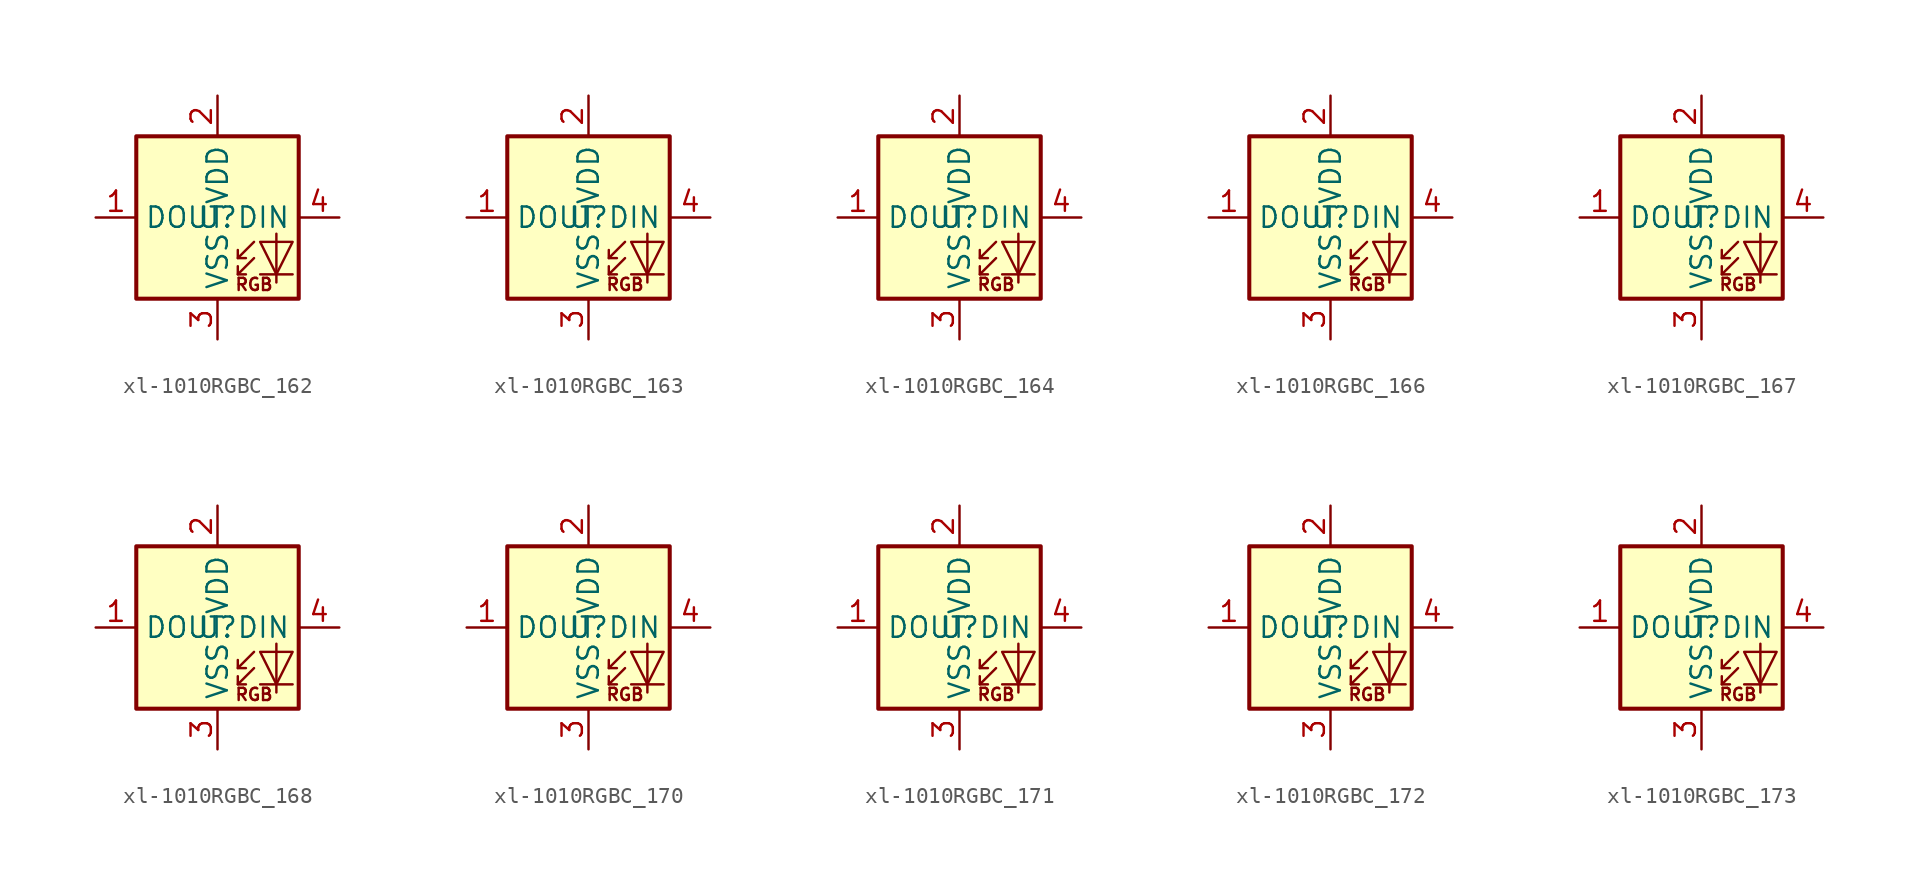
<source format=kicad_sym>
(kicad_symbol_lib
  (version 20231120)
  (generator "kicad_symbol_editor")
  (generator_version "8.0")
  (symbol "xl-1010RGBC_162"
    (property "Reference" "U"
      (at 0 0 0)
      (effects (font (size 1.27 1.27))))
    (property "Value" ""
      (at 0 0 0)
      (effects (font (size 1.27 1.27))))
    (symbol "xl-1010RGBC_162_0_0"
      (text "RGB" (at 2.286 -4.191 0) (effects (font (size 0.762 0.762)))))
    (symbol "xl-1010RGBC_162_0_1"
      (polyline (pts (xy 1.27 -3.556) (xy 1.778 -3.556)) (stroke (width 0) (type default)) (fill (type none)))
      (polyline (pts (xy 1.27 -2.54) (xy 1.778 -2.54)) (stroke (width 0) (type default)) (fill (type none)))
      (polyline (pts (xy 4.699 -3.556) (xy 2.667 -3.556)) (stroke (width 0) (type default)) (fill (type none)))
      (polyline (pts (xy 2.286 -2.54) (xy 1.27 -3.556) (xy 1.27 -3.048)) (stroke (width 0) (type default)) (fill (type none)))
      (polyline (pts (xy 2.286 -1.524) (xy 1.27 -2.54) (xy 1.27 -2.032)) (stroke (width 0) (type default)) (fill (type none)))
      (polyline (pts (xy 3.683 -1.016) (xy 3.683 -3.556) (xy 3.683 -4.064)) (stroke (width 0) (type default)) (fill (type none)))
      (polyline (pts (xy 4.699 -1.524) (xy 2.667 -1.524) (xy 3.683 -3.556) (xy 4.699 -1.524)) (stroke (width 0) (type default)) (fill (type none)))
      (rectangle (start 5.08 5.08) (end -5.08 -5.08) (stroke (width 0.254) (type default)) (fill (type background))))
    (symbol "xl-1010RGBC_162_1_1"
      (pin output line (at -7.62 0 0) (length 2.54) (name "DOUT" (effects (font (size 1.27 1.27)))) (number "1" (effects (font (size 1.27 1.27)))))
      (pin power_in line (at 0 7.62 270) (length 2.54) (name "VDD" (effects (font (size 1.27 1.27)))) (number "2" (effects (font (size 1.27 1.27)))))
      (pin power_in line (at 0 -7.62 90) (length 2.54) (name "VSS" (effects (font (size 1.27 1.27)))) (number "3" (effects (font (size 1.27 1.27)))))
      (pin input line (at 7.62 0 180) (length 2.54) (name "DIN" (effects (font (size 1.27 1.27)))) (number "4" (effects (font (size 1.27 1.27)))))))
  (symbol "xl-1010RGBC_163"
    (property "Reference" "U"
      (at 0 0 0)
      (effects (font (size 1.27 1.27))))
    (property "Value" ""
      (at 0 0 0)
      (effects (font (size 1.27 1.27))))
    (symbol "xl-1010RGBC_163_0_0"
      (text "RGB" (at 2.286 -4.191 0) (effects (font (size 0.762 0.762)))))
    (symbol "xl-1010RGBC_163_0_1"
      (polyline (pts (xy 1.27 -3.556) (xy 1.778 -3.556)) (stroke (width 0) (type default)) (fill (type none)))
      (polyline (pts (xy 1.27 -2.54) (xy 1.778 -2.54)) (stroke (width 0) (type default)) (fill (type none)))
      (polyline (pts (xy 4.699 -3.556) (xy 2.667 -3.556)) (stroke (width 0) (type default)) (fill (type none)))
      (polyline (pts (xy 2.286 -2.54) (xy 1.27 -3.556) (xy 1.27 -3.048)) (stroke (width 0) (type default)) (fill (type none)))
      (polyline (pts (xy 2.286 -1.524) (xy 1.27 -2.54) (xy 1.27 -2.032)) (stroke (width 0) (type default)) (fill (type none)))
      (polyline (pts (xy 3.683 -1.016) (xy 3.683 -3.556) (xy 3.683 -4.064)) (stroke (width 0) (type default)) (fill (type none)))
      (polyline (pts (xy 4.699 -1.524) (xy 2.667 -1.524) (xy 3.683 -3.556) (xy 4.699 -1.524)) (stroke (width 0) (type default)) (fill (type none)))
      (rectangle (start 5.08 5.08) (end -5.08 -5.08) (stroke (width 0.254) (type default)) (fill (type background))))
    (symbol "xl-1010RGBC_163_1_1"
      (pin output line (at -7.62 0 0) (length 2.54) (name "DOUT" (effects (font (size 1.27 1.27)))) (number "1" (effects (font (size 1.27 1.27)))))
      (pin power_in line (at 0 7.62 270) (length 2.54) (name "VDD" (effects (font (size 1.27 1.27)))) (number "2" (effects (font (size 1.27 1.27)))))
      (pin power_in line (at 0 -7.62 90) (length 2.54) (name "VSS" (effects (font (size 1.27 1.27)))) (number "3" (effects (font (size 1.27 1.27)))))
      (pin input line (at 7.62 0 180) (length 2.54) (name "DIN" (effects (font (size 1.27 1.27)))) (number "4" (effects (font (size 1.27 1.27)))))))
  (symbol "xl-1010RGBC_164"
    (property "Reference" "U"
      (at 0 0 0)
      (effects (font (size 1.27 1.27))))
    (property "Value" ""
      (at 0 0 0)
      (effects (font (size 1.27 1.27))))
    (symbol "xl-1010RGBC_164_0_0"
      (text "RGB" (at 2.286 -4.191 0) (effects (font (size 0.762 0.762)))))
    (symbol "xl-1010RGBC_164_0_1"
      (polyline (pts (xy 1.27 -3.556) (xy 1.778 -3.556)) (stroke (width 0) (type default)) (fill (type none)))
      (polyline (pts (xy 1.27 -2.54) (xy 1.778 -2.54)) (stroke (width 0) (type default)) (fill (type none)))
      (polyline (pts (xy 4.699 -3.556) (xy 2.667 -3.556)) (stroke (width 0) (type default)) (fill (type none)))
      (polyline (pts (xy 2.286 -2.54) (xy 1.27 -3.556) (xy 1.27 -3.048)) (stroke (width 0) (type default)) (fill (type none)))
      (polyline (pts (xy 2.286 -1.524) (xy 1.27 -2.54) (xy 1.27 -2.032)) (stroke (width 0) (type default)) (fill (type none)))
      (polyline (pts (xy 3.683 -1.016) (xy 3.683 -3.556) (xy 3.683 -4.064)) (stroke (width 0) (type default)) (fill (type none)))
      (polyline (pts (xy 4.699 -1.524) (xy 2.667 -1.524) (xy 3.683 -3.556) (xy 4.699 -1.524)) (stroke (width 0) (type default)) (fill (type none)))
      (rectangle (start 5.08 5.08) (end -5.08 -5.08) (stroke (width 0.254) (type default)) (fill (type background))))
    (symbol "xl-1010RGBC_164_1_1"
      (pin output line (at -7.62 0 0) (length 2.54) (name "DOUT" (effects (font (size 1.27 1.27)))) (number "1" (effects (font (size 1.27 1.27)))))
      (pin power_in line (at 0 7.62 270) (length 2.54) (name "VDD" (effects (font (size 1.27 1.27)))) (number "2" (effects (font (size 1.27 1.27)))))
      (pin power_in line (at 0 -7.62 90) (length 2.54) (name "VSS" (effects (font (size 1.27 1.27)))) (number "3" (effects (font (size 1.27 1.27)))))
      (pin input line (at 7.62 0 180) (length 2.54) (name "DIN" (effects (font (size 1.27 1.27)))) (number "4" (effects (font (size 1.27 1.27)))))))
  (symbol "xl-1010RGBC_166"
    (property "Reference" "U"
      (at 0 0 0)
      (effects (font (size 1.27 1.27))))
    (property "Value" ""
      (at 0 0 0)
      (effects (font (size 1.27 1.27))))
    (symbol "xl-1010RGBC_166_0_0"
      (text "RGB" (at 2.286 -4.191 0) (effects (font (size 0.762 0.762)))))
    (symbol "xl-1010RGBC_166_0_1"
      (polyline (pts (xy 1.27 -3.556) (xy 1.778 -3.556)) (stroke (width 0) (type default)) (fill (type none)))
      (polyline (pts (xy 1.27 -2.54) (xy 1.778 -2.54)) (stroke (width 0) (type default)) (fill (type none)))
      (polyline (pts (xy 4.699 -3.556) (xy 2.667 -3.556)) (stroke (width 0) (type default)) (fill (type none)))
      (polyline (pts (xy 2.286 -2.54) (xy 1.27 -3.556) (xy 1.27 -3.048)) (stroke (width 0) (type default)) (fill (type none)))
      (polyline (pts (xy 2.286 -1.524) (xy 1.27 -2.54) (xy 1.27 -2.032)) (stroke (width 0) (type default)) (fill (type none)))
      (polyline (pts (xy 3.683 -1.016) (xy 3.683 -3.556) (xy 3.683 -4.064)) (stroke (width 0) (type default)) (fill (type none)))
      (polyline (pts (xy 4.699 -1.524) (xy 2.667 -1.524) (xy 3.683 -3.556) (xy 4.699 -1.524)) (stroke (width 0) (type default)) (fill (type none)))
      (rectangle (start 5.08 5.08) (end -5.08 -5.08) (stroke (width 0.254) (type default)) (fill (type background))))
    (symbol "xl-1010RGBC_166_1_1"
      (pin output line (at -7.62 0 0) (length 2.54) (name "DOUT" (effects (font (size 1.27 1.27)))) (number "1" (effects (font (size 1.27 1.27)))))
      (pin power_in line (at 0 7.62 270) (length 2.54) (name "VDD" (effects (font (size 1.27 1.27)))) (number "2" (effects (font (size 1.27 1.27)))))
      (pin power_in line (at 0 -7.62 90) (length 2.54) (name "VSS" (effects (font (size 1.27 1.27)))) (number "3" (effects (font (size 1.27 1.27)))))
      (pin input line (at 7.62 0 180) (length 2.54) (name "DIN" (effects (font (size 1.27 1.27)))) (number "4" (effects (font (size 1.27 1.27)))))))
  (symbol "xl-1010RGBC_167"
    (property "Reference" "U"
      (at 0 0 0)
      (effects (font (size 1.27 1.27))))
    (property "Value" ""
      (at 0 0 0)
      (effects (font (size 1.27 1.27))))
    (symbol "xl-1010RGBC_167_0_0"
      (text "RGB" (at 2.286 -4.191 0) (effects (font (size 0.762 0.762)))))
    (symbol "xl-1010RGBC_167_0_1"
      (polyline (pts (xy 1.27 -3.556) (xy 1.778 -3.556)) (stroke (width 0) (type default)) (fill (type none)))
      (polyline (pts (xy 1.27 -2.54) (xy 1.778 -2.54)) (stroke (width 0) (type default)) (fill (type none)))
      (polyline (pts (xy 4.699 -3.556) (xy 2.667 -3.556)) (stroke (width 0) (type default)) (fill (type none)))
      (polyline (pts (xy 2.286 -2.54) (xy 1.27 -3.556) (xy 1.27 -3.048)) (stroke (width 0) (type default)) (fill (type none)))
      (polyline (pts (xy 2.286 -1.524) (xy 1.27 -2.54) (xy 1.27 -2.032)) (stroke (width 0) (type default)) (fill (type none)))
      (polyline (pts (xy 3.683 -1.016) (xy 3.683 -3.556) (xy 3.683 -4.064)) (stroke (width 0) (type default)) (fill (type none)))
      (polyline (pts (xy 4.699 -1.524) (xy 2.667 -1.524) (xy 3.683 -3.556) (xy 4.699 -1.524)) (stroke (width 0) (type default)) (fill (type none)))
      (rectangle (start 5.08 5.08) (end -5.08 -5.08) (stroke (width 0.254) (type default)) (fill (type background))))
    (symbol "xl-1010RGBC_167_1_1"
      (pin output line (at -7.62 0 0) (length 2.54) (name "DOUT" (effects (font (size 1.27 1.27)))) (number "1" (effects (font (size 1.27 1.27)))))
      (pin power_in line (at 0 7.62 270) (length 2.54) (name "VDD" (effects (font (size 1.27 1.27)))) (number "2" (effects (font (size 1.27 1.27)))))
      (pin power_in line (at 0 -7.62 90) (length 2.54) (name "VSS" (effects (font (size 1.27 1.27)))) (number "3" (effects (font (size 1.27 1.27)))))
      (pin input line (at 7.62 0 180) (length 2.54) (name "DIN" (effects (font (size 1.27 1.27)))) (number "4" (effects (font (size 1.27 1.27)))))))
  (symbol "xl-1010RGBC_168"
    (property "Reference" "U"
      (at 0 0 0)
      (effects (font (size 1.27 1.27))))
    (property "Value" ""
      (at 0 0 0)
      (effects (font (size 1.27 1.27))))
    (symbol "xl-1010RGBC_168_0_0"
      (text "RGB" (at 2.286 -4.191 0) (effects (font (size 0.762 0.762)))))
    (symbol "xl-1010RGBC_168_0_1"
      (polyline (pts (xy 1.27 -3.556) (xy 1.778 -3.556)) (stroke (width 0) (type default)) (fill (type none)))
      (polyline (pts (xy 1.27 -2.54) (xy 1.778 -2.54)) (stroke (width 0) (type default)) (fill (type none)))
      (polyline (pts (xy 4.699 -3.556) (xy 2.667 -3.556)) (stroke (width 0) (type default)) (fill (type none)))
      (polyline (pts (xy 2.286 -2.54) (xy 1.27 -3.556) (xy 1.27 -3.048)) (stroke (width 0) (type default)) (fill (type none)))
      (polyline (pts (xy 2.286 -1.524) (xy 1.27 -2.54) (xy 1.27 -2.032)) (stroke (width 0) (type default)) (fill (type none)))
      (polyline (pts (xy 3.683 -1.016) (xy 3.683 -3.556) (xy 3.683 -4.064)) (stroke (width 0) (type default)) (fill (type none)))
      (polyline (pts (xy 4.699 -1.524) (xy 2.667 -1.524) (xy 3.683 -3.556) (xy 4.699 -1.524)) (stroke (width 0) (type default)) (fill (type none)))
      (rectangle (start 5.08 5.08) (end -5.08 -5.08) (stroke (width 0.254) (type default)) (fill (type background))))
    (symbol "xl-1010RGBC_168_1_1"
      (pin output line (at -7.62 0 0) (length 2.54) (name "DOUT" (effects (font (size 1.27 1.27)))) (number "1" (effects (font (size 1.27 1.27)))))
      (pin power_in line (at 0 7.62 270) (length 2.54) (name "VDD" (effects (font (size 1.27 1.27)))) (number "2" (effects (font (size 1.27 1.27)))))
      (pin power_in line (at 0 -7.62 90) (length 2.54) (name "VSS" (effects (font (size 1.27 1.27)))) (number "3" (effects (font (size 1.27 1.27)))))
      (pin input line (at 7.62 0 180) (length 2.54) (name "DIN" (effects (font (size 1.27 1.27)))) (number "4" (effects (font (size 1.27 1.27)))))))
  (symbol "xl-1010RGBC_170"
    (property "Reference" "U"
      (at 0 0 0)
      (effects (font (size 1.27 1.27))))
    (property "Value" ""
      (at 0 0 0)
      (effects (font (size 1.27 1.27))))
    (symbol "xl-1010RGBC_170_0_0"
      (text "RGB" (at 2.286 -4.191 0) (effects (font (size 0.762 0.762)))))
    (symbol "xl-1010RGBC_170_0_1"
      (polyline (pts (xy 1.27 -3.556) (xy 1.778 -3.556)) (stroke (width 0) (type default)) (fill (type none)))
      (polyline (pts (xy 1.27 -2.54) (xy 1.778 -2.54)) (stroke (width 0) (type default)) (fill (type none)))
      (polyline (pts (xy 4.699 -3.556) (xy 2.667 -3.556)) (stroke (width 0) (type default)) (fill (type none)))
      (polyline (pts (xy 2.286 -2.54) (xy 1.27 -3.556) (xy 1.27 -3.048)) (stroke (width 0) (type default)) (fill (type none)))
      (polyline (pts (xy 2.286 -1.524) (xy 1.27 -2.54) (xy 1.27 -2.032)) (stroke (width 0) (type default)) (fill (type none)))
      (polyline (pts (xy 3.683 -1.016) (xy 3.683 -3.556) (xy 3.683 -4.064)) (stroke (width 0) (type default)) (fill (type none)))
      (polyline (pts (xy 4.699 -1.524) (xy 2.667 -1.524) (xy 3.683 -3.556) (xy 4.699 -1.524)) (stroke (width 0) (type default)) (fill (type none)))
      (rectangle (start 5.08 5.08) (end -5.08 -5.08) (stroke (width 0.254) (type default)) (fill (type background))))
    (symbol "xl-1010RGBC_170_1_1"
      (pin output line (at -7.62 0 0) (length 2.54) (name "DOUT" (effects (font (size 1.27 1.27)))) (number "1" (effects (font (size 1.27 1.27)))))
      (pin power_in line (at 0 7.62 270) (length 2.54) (name "VDD" (effects (font (size 1.27 1.27)))) (number "2" (effects (font (size 1.27 1.27)))))
      (pin power_in line (at 0 -7.62 90) (length 2.54) (name "VSS" (effects (font (size 1.27 1.27)))) (number "3" (effects (font (size 1.27 1.27)))))
      (pin input line (at 7.62 0 180) (length 2.54) (name "DIN" (effects (font (size 1.27 1.27)))) (number "4" (effects (font (size 1.27 1.27)))))))
  (symbol "xl-1010RGBC_171"
    (property "Reference" "U"
      (at 0 0 0)
      (effects (font (size 1.27 1.27))))
    (property "Value" ""
      (at 0 0 0)
      (effects (font (size 1.27 1.27))))
    (symbol "xl-1010RGBC_171_0_0"
      (text "RGB" (at 2.286 -4.191 0) (effects (font (size 0.762 0.762)))))
    (symbol "xl-1010RGBC_171_0_1"
      (polyline (pts (xy 1.27 -3.556) (xy 1.778 -3.556)) (stroke (width 0) (type default)) (fill (type none)))
      (polyline (pts (xy 1.27 -2.54) (xy 1.778 -2.54)) (stroke (width 0) (type default)) (fill (type none)))
      (polyline (pts (xy 4.699 -3.556) (xy 2.667 -3.556)) (stroke (width 0) (type default)) (fill (type none)))
      (polyline (pts (xy 2.286 -2.54) (xy 1.27 -3.556) (xy 1.27 -3.048)) (stroke (width 0) (type default)) (fill (type none)))
      (polyline (pts (xy 2.286 -1.524) (xy 1.27 -2.54) (xy 1.27 -2.032)) (stroke (width 0) (type default)) (fill (type none)))
      (polyline (pts (xy 3.683 -1.016) (xy 3.683 -3.556) (xy 3.683 -4.064)) (stroke (width 0) (type default)) (fill (type none)))
      (polyline (pts (xy 4.699 -1.524) (xy 2.667 -1.524) (xy 3.683 -3.556) (xy 4.699 -1.524)) (stroke (width 0) (type default)) (fill (type none)))
      (rectangle (start 5.08 5.08) (end -5.08 -5.08) (stroke (width 0.254) (type default)) (fill (type background))))
    (symbol "xl-1010RGBC_171_1_1"
      (pin output line (at -7.62 0 0) (length 2.54) (name "DOUT" (effects (font (size 1.27 1.27)))) (number "1" (effects (font (size 1.27 1.27)))))
      (pin power_in line (at 0 7.62 270) (length 2.54) (name "VDD" (effects (font (size 1.27 1.27)))) (number "2" (effects (font (size 1.27 1.27)))))
      (pin power_in line (at 0 -7.62 90) (length 2.54) (name "VSS" (effects (font (size 1.27 1.27)))) (number "3" (effects (font (size 1.27 1.27)))))
      (pin input line (at 7.62 0 180) (length 2.54) (name "DIN" (effects (font (size 1.27 1.27)))) (number "4" (effects (font (size 1.27 1.27)))))))
  (symbol "xl-1010RGBC_172"
    (property "Reference" "U"
      (at 0 0 0)
      (effects (font (size 1.27 1.27))))
    (property "Value" ""
      (at 0 0 0)
      (effects (font (size 1.27 1.27))))
    (symbol "xl-1010RGBC_172_0_0"
      (text "RGB" (at 2.286 -4.191 0) (effects (font (size 0.762 0.762)))))
    (symbol "xl-1010RGBC_172_0_1"
      (polyline (pts (xy 1.27 -3.556) (xy 1.778 -3.556)) (stroke (width 0) (type default)) (fill (type none)))
      (polyline (pts (xy 1.27 -2.54) (xy 1.778 -2.54)) (stroke (width 0) (type default)) (fill (type none)))
      (polyline (pts (xy 4.699 -3.556) (xy 2.667 -3.556)) (stroke (width 0) (type default)) (fill (type none)))
      (polyline (pts (xy 2.286 -2.54) (xy 1.27 -3.556) (xy 1.27 -3.048)) (stroke (width 0) (type default)) (fill (type none)))
      (polyline (pts (xy 2.286 -1.524) (xy 1.27 -2.54) (xy 1.27 -2.032)) (stroke (width 0) (type default)) (fill (type none)))
      (polyline (pts (xy 3.683 -1.016) (xy 3.683 -3.556) (xy 3.683 -4.064)) (stroke (width 0) (type default)) (fill (type none)))
      (polyline (pts (xy 4.699 -1.524) (xy 2.667 -1.524) (xy 3.683 -3.556) (xy 4.699 -1.524)) (stroke (width 0) (type default)) (fill (type none)))
      (rectangle (start 5.08 5.08) (end -5.08 -5.08) (stroke (width 0.254) (type default)) (fill (type background))))
    (symbol "xl-1010RGBC_172_1_1"
      (pin output line (at -7.62 0 0) (length 2.54) (name "DOUT" (effects (font (size 1.27 1.27)))) (number "1" (effects (font (size 1.27 1.27)))))
      (pin power_in line (at 0 7.62 270) (length 2.54) (name "VDD" (effects (font (size 1.27 1.27)))) (number "2" (effects (font (size 1.27 1.27)))))
      (pin power_in line (at 0 -7.62 90) (length 2.54) (name "VSS" (effects (font (size 1.27 1.27)))) (number "3" (effects (font (size 1.27 1.27)))))
      (pin input line (at 7.62 0 180) (length 2.54) (name "DIN" (effects (font (size 1.27 1.27)))) (number "4" (effects (font (size 1.27 1.27)))))))
  (symbol "xl-1010RGBC_173"
    (property "Reference" "U"
      (at 0 0 0)
      (effects (font (size 1.27 1.27))))
    (property "Value" ""
      (at 0 0 0)
      (effects (font (size 1.27 1.27))))
    (symbol "xl-1010RGBC_173_0_0"
      (text "RGB" (at 2.286 -4.191 0) (effects (font (size 0.762 0.762)))))
    (symbol "xl-1010RGBC_173_0_1"
      (polyline (pts (xy 1.27 -3.556) (xy 1.778 -3.556)) (stroke (width 0) (type default)) (fill (type none)))
      (polyline (pts (xy 1.27 -2.54) (xy 1.778 -2.54)) (stroke (width 0) (type default)) (fill (type none)))
      (polyline (pts (xy 4.699 -3.556) (xy 2.667 -3.556)) (stroke (width 0) (type default)) (fill (type none)))
      (polyline (pts (xy 2.286 -2.54) (xy 1.27 -3.556) (xy 1.27 -3.048)) (stroke (width 0) (type default)) (fill (type none)))
      (polyline (pts (xy 2.286 -1.524) (xy 1.27 -2.54) (xy 1.27 -2.032)) (stroke (width 0) (type default)) (fill (type none)))
      (polyline (pts (xy 3.683 -1.016) (xy 3.683 -3.556) (xy 3.683 -4.064)) (stroke (width 0) (type default)) (fill (type none)))
      (polyline (pts (xy 4.699 -1.524) (xy 2.667 -1.524) (xy 3.683 -3.556) (xy 4.699 -1.524)) (stroke (width 0) (type default)) (fill (type none)))
      (rectangle (start 5.08 5.08) (end -5.08 -5.08) (stroke (width 0.254) (type default)) (fill (type background))))
    (symbol "xl-1010RGBC_173_1_1"
      (pin output line (at -7.62 0 0) (length 2.54) (name "DOUT" (effects (font (size 1.27 1.27)))) (number "1" (effects (font (size 1.27 1.27)))))
      (pin power_in line (at 0 7.62 270) (length 2.54) (name "VDD" (effects (font (size 1.27 1.27)))) (number "2" (effects (font (size 1.27 1.27)))))
      (pin power_in line (at 0 -7.62 90) (length 2.54) (name "VSS" (effects (font (size 1.27 1.27)))) (number "3" (effects (font (size 1.27 1.27)))))
      (pin input line (at 7.62 0 180) (length 2.54) (name "DIN" (effects (font (size 1.27 1.27)))) (number "4" (effects (font (size 1.27 1.27))))))))
</source>
